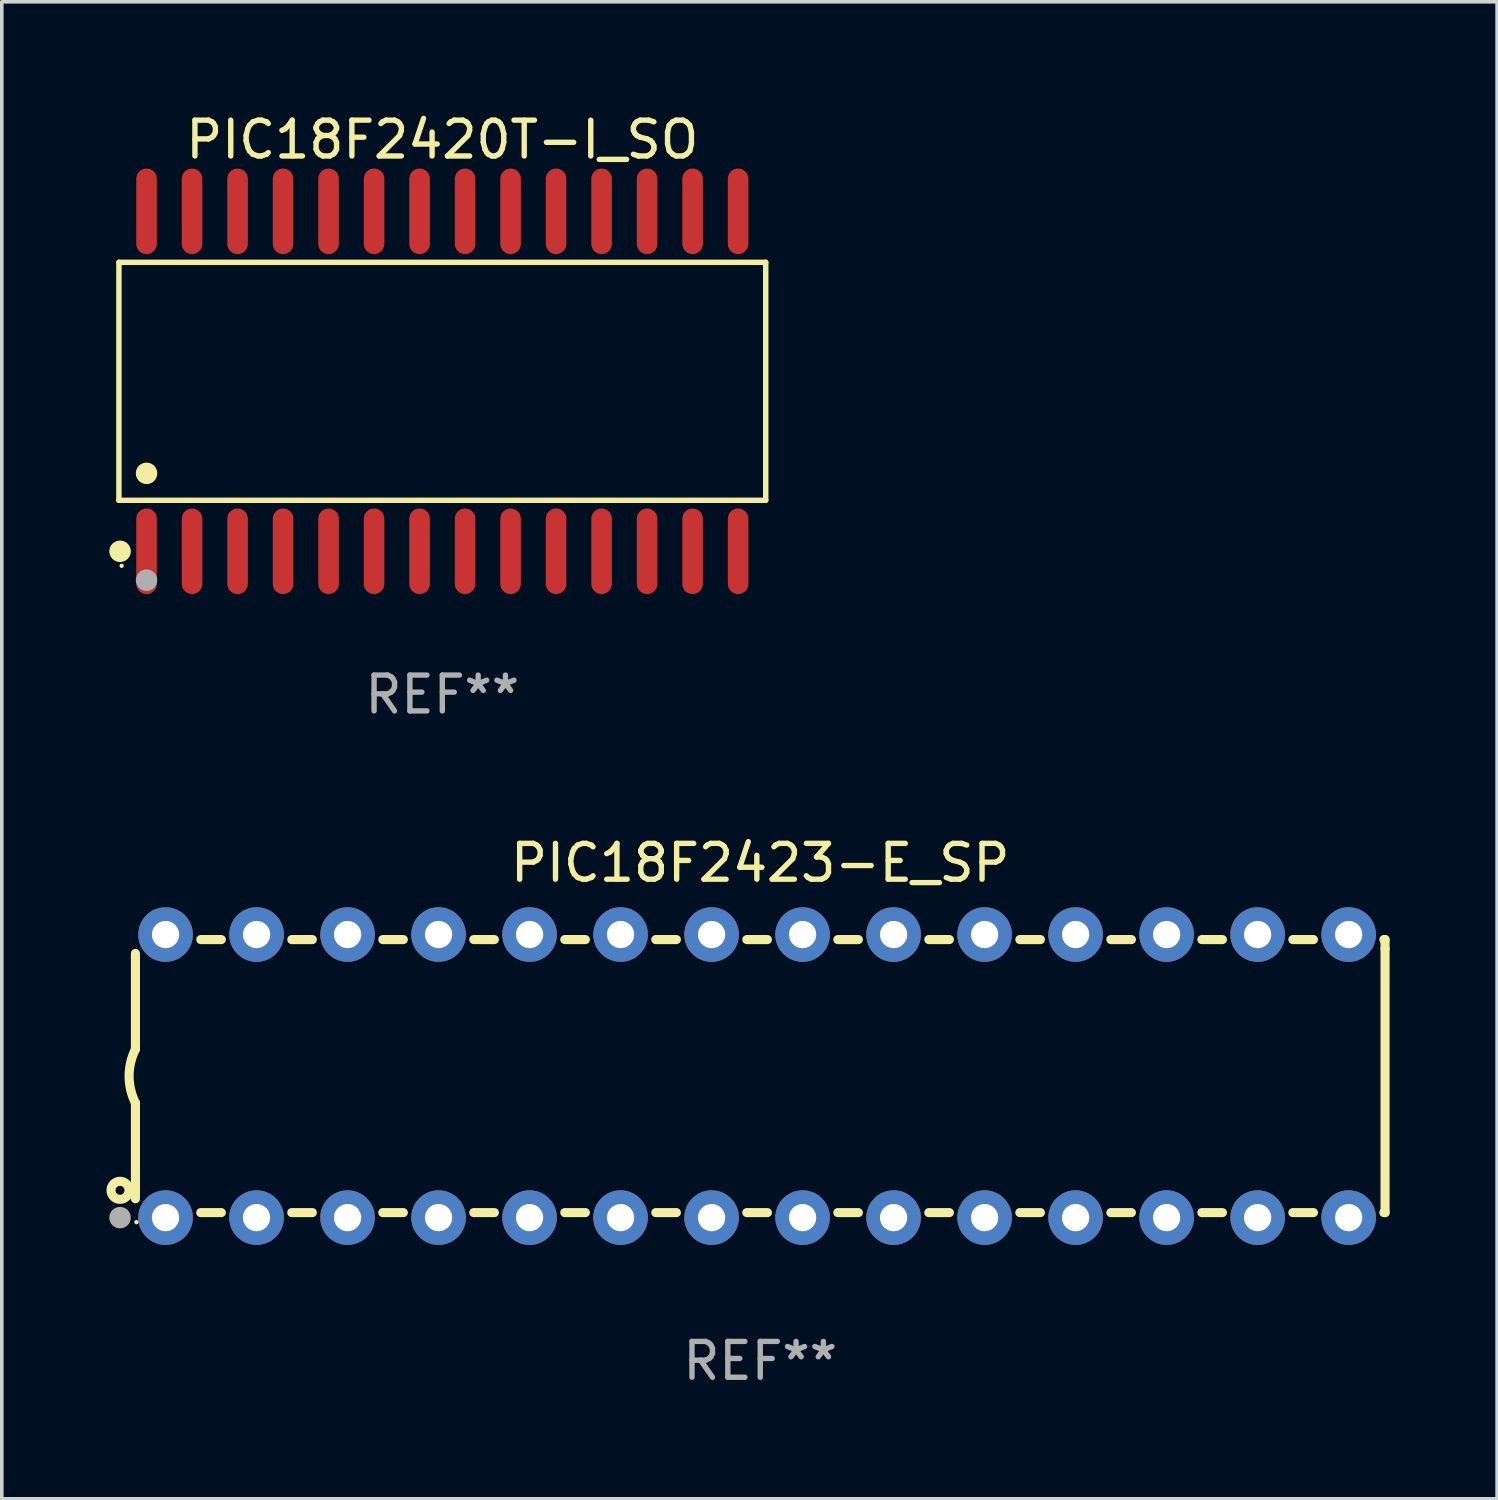
<source format=kicad_pcb>
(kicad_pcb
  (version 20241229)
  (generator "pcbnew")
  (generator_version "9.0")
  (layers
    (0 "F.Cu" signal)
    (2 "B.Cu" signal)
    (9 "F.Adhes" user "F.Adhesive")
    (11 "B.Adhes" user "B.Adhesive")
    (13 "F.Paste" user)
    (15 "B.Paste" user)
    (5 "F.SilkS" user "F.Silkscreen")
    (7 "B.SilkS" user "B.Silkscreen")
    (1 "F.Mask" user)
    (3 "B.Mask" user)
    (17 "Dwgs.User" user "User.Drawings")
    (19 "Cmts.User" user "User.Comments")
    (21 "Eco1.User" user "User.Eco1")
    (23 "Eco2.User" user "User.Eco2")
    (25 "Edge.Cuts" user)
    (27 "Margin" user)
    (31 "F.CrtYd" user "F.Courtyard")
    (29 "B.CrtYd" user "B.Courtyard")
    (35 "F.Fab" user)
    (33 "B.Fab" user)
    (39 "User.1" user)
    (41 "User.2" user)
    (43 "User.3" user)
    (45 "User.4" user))
  (footprint "PIC18F2423-E_SP"
    (layer "F.Cu")
    (at 18.168 26.983)
    (property "Reference" "PIC18F2423-E_SP" (at 0 -5.95 0) (layer "F.SilkS") (effects (font (size 1 1) (thickness 0.15))))
    (attr through_hole)
    (fp_line (start -17.438 0.75) (end -17.438 3.423) (stroke (width 0.254) (type solid)) (layer "F.SilkS"))
    (fp_line (start -17.438 -3.423) (end -17.438 -0.75) (stroke (width 0.254) (type solid)) (layer "F.SilkS"))
    (fp_line (start -15.615 3.81) (end -15.041 3.81) (stroke (width 0.254) (type solid)) (layer "F.SilkS"))
    (fp_line (start -15.041 -3.81) (end -15.614 -3.81) (stroke (width 0.254) (type solid)) (layer "F.SilkS"))
    (fp_line (start -13.075 3.81) (end -12.501 3.81) (stroke (width 0.254) (type solid)) (layer "F.SilkS"))
    (fp_line (start -12.501 -3.81) (end -13.074 -3.81) (stroke (width 0.254) (type solid)) (layer "F.SilkS"))
    (fp_line (start -10.535 3.81) (end -9.961 3.81) (stroke (width 0.254) (type solid)) (layer "F.SilkS"))
    (fp_line (start -9.961 -3.81) (end -10.534 -3.81) (stroke (width 0.254) (type solid)) (layer "F.SilkS"))
    (fp_line (start -7.995 3.81) (end -7.421 3.81) (stroke (width 0.254) (type solid)) (layer "F.SilkS"))
    (fp_line (start -7.421 -3.81) (end -7.995 -3.81) (stroke (width 0.254) (type solid)) (layer "F.SilkS"))
    (fp_line (start -5.455 3.81) (end -4.881 3.81) (stroke (width 0.254) (type solid)) (layer "F.SilkS"))
    (fp_line (start -4.881 -3.81) (end -5.455 -3.81) (stroke (width 0.254) (type solid)) (layer "F.SilkS"))
    (fp_line (start -2.915 3.81) (end -2.341 3.81) (stroke (width 0.254) (type solid)) (layer "F.SilkS"))
    (fp_line (start -2.341 -3.81) (end -2.915 -3.81) (stroke (width 0.254) (type solid)) (layer "F.SilkS"))
    (fp_line (start -0.375 3.81) (end 0.199 3.81) (stroke (width 0.254) (type solid)) (layer "F.SilkS"))
    (fp_line (start 0.199 -3.81) (end -0.375 -3.81) (stroke (width 0.254) (type solid)) (layer "F.SilkS"))
    (fp_line (start 2.165 3.81) (end 2.739 3.81) (stroke (width 0.254) (type solid)) (layer "F.SilkS"))
    (fp_line (start 2.739 -3.81) (end 2.165 -3.81) (stroke (width 0.254) (type solid)) (layer "F.SilkS"))
    (fp_line (start 4.705 3.81) (end 5.279 3.81) (stroke (width 0.254) (type solid)) (layer "F.SilkS"))
    (fp_line (start 5.279 -3.81) (end 4.705 -3.81) (stroke (width 0.254) (type solid)) (layer "F.SilkS"))
    (fp_line (start 7.245 3.81) (end 7.819 3.81) (stroke (width 0.254) (type solid)) (layer "F.SilkS"))
    (fp_line (start 7.819 -3.81) (end 7.245 -3.81) (stroke (width 0.254) (type solid)) (layer "F.SilkS"))
    (fp_line (start 9.785 3.81) (end 10.359 3.81) (stroke (width 0.254) (type solid)) (layer "F.SilkS"))
    (fp_line (start 10.359 -3.81) (end 9.785 -3.81) (stroke (width 0.254) (type solid)) (layer "F.SilkS"))
    (fp_line (start 12.325 3.81) (end 12.899 3.81) (stroke (width 0.254) (type solid)) (layer "F.SilkS"))
    (fp_line (start 12.899 -3.81) (end 12.325 -3.81) (stroke (width 0.254) (type solid)) (layer "F.SilkS"))
    (fp_line (start 14.865 3.81) (end 15.439 3.81) (stroke (width 0.254) (type solid)) (layer "F.SilkS"))
    (fp_line (start 15.439 -3.81) (end 14.865 -3.81) (stroke (width 0.254) (type solid)) (layer "F.SilkS"))
    (fp_line (start 17.405 3.81) (end 17.438 3.81) (stroke (width 0.254) (type solid)) (layer "F.SilkS"))
    (fp_line (start 17.438 -3.81) (end 17.405 -3.81) (stroke (width 0.254) (type solid)) (layer "F.SilkS"))
    (fp_line (start 17.438 -3.556) (end 17.438 -3.81) (stroke (width 0.254) (type solid)) (layer "F.SilkS"))
    (fp_line (start 17.438 3.81) (end 17.438 -3.556) (stroke (width 0.254) (type solid)) (layer "F.SilkS"))
    (fp_arc (start -17.437986 0.749657) (mid -17.614887 -0.000024) (end -17.437783 -0.749657) (stroke (width 0.254001) (type solid)) (layer "F.SilkS"))
    (fp_circle (center -17.868 3.188) (end -17.743 3.188) (stroke (width 0.254) (type solid)) (fill no) (layer "F.SilkS"))
    (fp_circle (center -17.411 4.077) (end -17.381 4.077) (stroke (width 0.06) (type solid)) (fill no) (layer "F.SilkS"))
    (fp_circle (center -17.868 3.95) (end -17.718 3.95) (stroke (width 0.3) (type solid)) (fill no) (layer "F.Fab"))
    (fp_text user "REF**" (at 0 7.95 0) (layer "F.Fab") (effects (font (size 1 1) (thickness 0.15))))
    (pad "1" thru_hole circle (at -16.598 3.95) (size 1.524 1.524) (drill 0.762) (layers "*.Cu" "*.Mask"))
    (pad "2" thru_hole circle (at -14.058 3.95) (size 1.524 1.524) (drill 0.762) (layers "*.Cu" "*.Mask"))
    (pad "3" thru_hole circle (at -11.518 3.95) (size 1.524 1.524) (drill 0.762) (layers "*.Cu" "*.Mask"))
    (pad "4" thru_hole circle (at -8.978 3.95) (size 1.524 1.524) (drill 0.762) (layers "*.Cu" "*.Mask"))
    (pad "5" thru_hole circle (at -6.438 3.95) (size 1.524 1.524) (drill 0.762) (layers "*.Cu" "*.Mask"))
    (pad "6" thru_hole circle (at -3.898 3.95) (size 1.524 1.524) (drill 0.762) (layers "*.Cu" "*.Mask"))
    (pad "7" thru_hole circle (at -1.358 3.95) (size 1.524 1.524) (drill 0.762) (layers "*.Cu" "*.Mask"))
    (pad "8" thru_hole circle (at 1.182 3.95) (size 1.524 1.524) (drill 0.762) (layers "*.Cu" "*.Mask"))
    (pad "9" thru_hole circle (at 3.722 3.95) (size 1.524 1.524) (drill 0.762) (layers "*.Cu" "*.Mask"))
    (pad "10" thru_hole circle (at 6.262 3.95) (size 1.524 1.524) (drill 0.762) (layers "*.Cu" "*.Mask"))
    (pad "11" thru_hole circle (at 8.802 3.95) (size 1.524 1.524) (drill 0.762) (layers "*.Cu" "*.Mask"))
    (pad "12" thru_hole circle (at 11.342 3.95) (size 1.524 1.524) (drill 0.762) (layers "*.Cu" "*.Mask"))
    (pad "13" thru_hole circle (at 13.882 3.95) (size 1.524 1.524) (drill 0.762) (layers "*.Cu" "*.Mask"))
    (pad "14" thru_hole circle (at 16.422 3.95) (size 1.524 1.524) (drill 0.762) (layers "*.Cu" "*.Mask"))
    (pad "15" thru_hole circle (at 16.422 -3.95) (size 1.524 1.524) (drill 0.762) (layers "*.Cu" "*.Mask"))
    (pad "16" thru_hole circle (at 13.882 -3.95) (size 1.524 1.524) (drill 0.762) (layers "*.Cu" "*.Mask"))
    (pad "17" thru_hole circle (at 11.342 -3.95) (size 1.524 1.524) (drill 0.762) (layers "*.Cu" "*.Mask"))
    (pad "18" thru_hole circle (at 8.802 -3.95) (size 1.524 1.524) (drill 0.762) (layers "*.Cu" "*.Mask"))
    (pad "19" thru_hole circle (at 6.262 -3.95) (size 1.524 1.524) (drill 0.762) (layers "*.Cu" "*.Mask"))
    (pad "20" thru_hole circle (at 3.722 -3.95) (size 1.524 1.524) (drill 0.762) (layers "*.Cu" "*.Mask"))
    (pad "21" thru_hole circle (at 1.182 -3.95) (size 1.524 1.524) (drill 0.762) (layers "*.Cu" "*.Mask"))
    (pad "22" thru_hole circle (at -1.358 -3.95) (size 1.524 1.524) (drill 0.762) (layers "*.Cu" "*.Mask"))
    (pad "23" thru_hole circle (at -3.898 -3.95) (size 1.524 1.524) (drill 0.762) (layers "*.Cu" "*.Mask"))
    (pad "24" thru_hole circle (at -6.438 -3.95) (size 1.524 1.524) (drill 0.762) (layers "*.Cu" "*.Mask"))
    (pad "25" thru_hole circle (at -8.978 -3.95) (size 1.524 1.524) (drill 0.762) (layers "*.Cu" "*.Mask"))
    (pad "26" thru_hole circle (at -11.517 -3.95) (size 1.524 1.524) (drill 0.762) (layers "*.Cu" "*.Mask"))
    (pad "27" thru_hole circle (at -14.057 -3.95) (size 1.524 1.524) (drill 0.762) (layers "*.Cu" "*.Mask"))
    (pad "28" thru_hole circle (at -16.597 -3.95) (size 1.524 1.524) (drill 0.762) (layers "*.Cu" "*.Mask")))
  (footprint "PIC18F2420T-I_SO"
    (layer "F.Cu")
    (at 9.295 7.592)
    (property "Reference" "PIC18F2420T-I_SO" (at 0 -6.744 0) (layer "F.SilkS") (effects (font (size 1 1) (thickness 0.15))))
    (attr through_hole)
    (fp_line (start -9.026 -3.321) (end 9.026 -3.321) (stroke (width 0.152) (type solid)) (layer "F.SilkS"))
    (fp_line (start -9.026 3.321) (end -9.026 -3.321) (stroke (width 0.152) (type solid)) (layer "F.SilkS"))
    (fp_line (start 9.026 -3.321) (end 9.026 3.321) (stroke (width 0.152) (type solid)) (layer "F.SilkS"))
    (fp_line (start 9.026 3.321) (end -9.026 3.321) (stroke (width 0.152) (type solid)) (layer "F.SilkS"))
    (fp_circle (center -8.994 4.744) (end -8.844 4.744) (stroke (width 0.3) (type solid)) (fill no) (layer "F.SilkS"))
    (fp_circle (center -8.95 5.15) (end -8.92 5.15) (stroke (width 0.06) (type solid)) (fill no) (layer "F.SilkS"))
    (fp_circle (center -8.255 2.569) (end -8.105 2.569) (stroke (width 0.3) (type solid)) (fill no) (layer "F.SilkS"))
    (fp_circle (center -8.255 5.55) (end -8.105 5.55) (stroke (width 0.3) (type solid)) (fill no) (layer "F.Fab"))
    (fp_text user "REF**" (at 0 8.744 0) (layer "F.Fab") (effects (font (size 1 1) (thickness 0.15))))
    (pad "1" smd oval (at -8.255 4.744) (size 0.574 2.388) (layers "F.Cu" "F.Mask" "F.Paste"))
    (pad "2" smd oval (at -6.985 4.744) (size 0.574 2.388) (layers "F.Cu" "F.Mask" "F.Paste"))
    (pad "3" smd oval (at -5.715 4.744) (size 0.574 2.388) (layers "F.Cu" "F.Mask" "F.Paste"))
    (pad "4" smd oval (at -4.445 4.744) (size 0.574 2.388) (layers "F.Cu" "F.Mask" "F.Paste"))
    (pad "5" smd oval (at -3.175 4.744) (size 0.574 2.388) (layers "F.Cu" "F.Mask" "F.Paste"))
    (pad "6" smd oval (at -1.905 4.744) (size 0.574 2.388) (layers "F.Cu" "F.Mask" "F.Paste"))
    (pad "7" smd oval (at -0.635 4.744) (size 0.574 2.388) (layers "F.Cu" "F.Mask" "F.Paste"))
    (pad "8" smd oval (at 0.635 4.744) (size 0.574 2.388) (layers "F.Cu" "F.Mask" "F.Paste"))
    (pad "9" smd oval (at 1.905 4.744) (size 0.574 2.388) (layers "F.Cu" "F.Mask" "F.Paste"))
    (pad "10" smd oval (at 3.175 4.744) (size 0.574 2.388) (layers "F.Cu" "F.Mask" "F.Paste"))
    (pad "11" smd oval (at 4.445 4.744) (size 0.574 2.388) (layers "F.Cu" "F.Mask" "F.Paste"))
    (pad "12" smd oval (at 5.715 4.744) (size 0.574 2.388) (layers "F.Cu" "F.Mask" "F.Paste"))
    (pad "13" smd oval (at 6.985 4.744) (size 0.574 2.388) (layers "F.Cu" "F.Mask" "F.Paste"))
    (pad "14" smd oval (at 8.255 4.744) (size 0.574 2.388) (layers "F.Cu" "F.Mask" "F.Paste"))
    (pad "15" smd oval (at 8.255 -4.744) (size 0.574 2.388) (layers "F.Cu" "F.Mask" "F.Paste"))
    (pad "16" smd oval (at 6.985 -4.744) (size 0.574 2.388) (layers "F.Cu" "F.Mask" "F.Paste"))
    (pad "17" smd oval (at 5.715 -4.744) (size 0.574 2.388) (layers "F.Cu" "F.Mask" "F.Paste"))
    (pad "18" smd oval (at 4.445 -4.744) (size 0.574 2.388) (layers "F.Cu" "F.Mask" "F.Paste"))
    (pad "19" smd oval (at 3.175 -4.744) (size 0.574 2.388) (layers "F.Cu" "F.Mask" "F.Paste"))
    (pad "20" smd oval (at 1.905 -4.744) (size 0.574 2.388) (layers "F.Cu" "F.Mask" "F.Paste"))
    (pad "21" smd oval (at 0.635 -4.744) (size 0.574 2.388) (layers "F.Cu" "F.Mask" "F.Paste"))
    (pad "22" smd oval (at -0.635 -4.744) (size 0.574 2.388) (layers "F.Cu" "F.Mask" "F.Paste"))
    (pad "23" smd oval (at -1.905 -4.744) (size 0.574 2.388) (layers "F.Cu" "F.Mask" "F.Paste"))
    (pad "24" smd oval (at -3.175 -4.744) (size 0.574 2.388) (layers "F.Cu" "F.Mask" "F.Paste"))
    (pad "25" smd oval (at -4.445 -4.744) (size 0.574 2.388) (layers "F.Cu" "F.Mask" "F.Paste"))
    (pad "26" smd oval (at -5.715 -4.744) (size 0.574 2.388) (layers "F.Cu" "F.Mask" "F.Paste"))
    (pad "27" smd oval (at -6.985 -4.744) (size 0.574 2.388) (layers "F.Cu" "F.Mask" "F.Paste"))
    (pad "28" smd oval (at -8.255 -4.744) (size 0.574 2.388) (layers "F.Cu" "F.Mask" "F.Paste")))
  (gr_rect
    (start -3 -3)
    (end 38.733 38.781)
    (stroke (width 0.1) (type default))
    (fill no)
    (layer "Edge.Cuts")))
</source>
